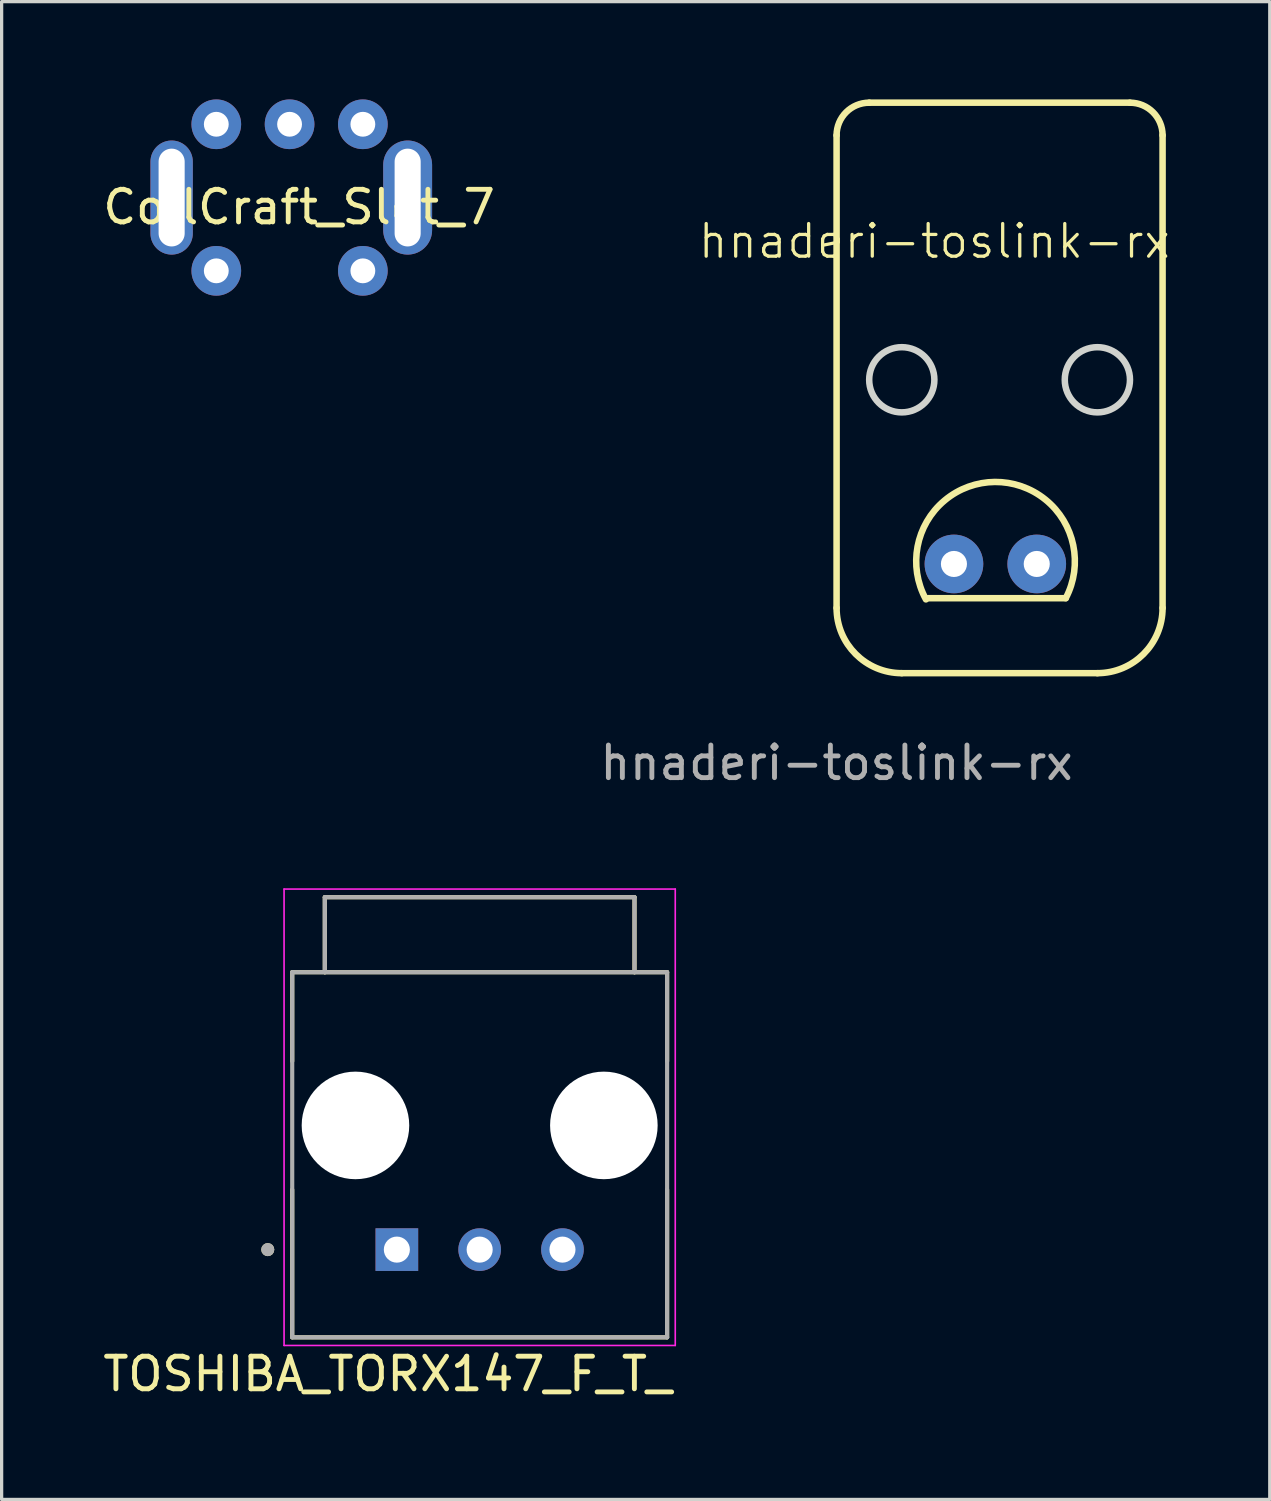
<source format=kicad_pcb>
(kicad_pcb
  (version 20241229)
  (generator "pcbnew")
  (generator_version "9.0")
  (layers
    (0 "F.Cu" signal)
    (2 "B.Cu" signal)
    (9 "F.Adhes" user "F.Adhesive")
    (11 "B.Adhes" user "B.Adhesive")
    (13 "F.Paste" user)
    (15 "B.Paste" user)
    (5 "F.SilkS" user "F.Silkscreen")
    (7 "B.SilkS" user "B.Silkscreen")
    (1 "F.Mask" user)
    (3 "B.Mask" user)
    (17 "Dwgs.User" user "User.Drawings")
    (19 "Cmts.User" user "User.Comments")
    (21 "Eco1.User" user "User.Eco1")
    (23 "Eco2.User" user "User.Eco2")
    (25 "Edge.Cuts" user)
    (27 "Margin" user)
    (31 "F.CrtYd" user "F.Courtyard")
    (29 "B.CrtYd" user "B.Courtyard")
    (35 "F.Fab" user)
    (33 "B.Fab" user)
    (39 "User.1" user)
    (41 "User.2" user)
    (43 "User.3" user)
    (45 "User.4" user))
  (footprint "hnaderi-toslink-rx"
    (layer "F.Cu")
    (at 22.613 17.85)
    (property "Reference" "hnaderi-toslink-rx" (at 3 -13.5 0) (unlocked yes) (layer "F.SilkS") (effects (font (size 1 1) (thickness 0.1))))
    (attr through_hole)
    (fp_line (start 0 -16.75) (end 0 -2.25) (stroke (width 0.2) (type default)) (layer "F.SilkS"))
    (fp_line (start 1 -17.75) (end 9 -17.75) (stroke (width 0.2) (type default)) (layer "F.SilkS"))
    (fp_line (start 2 -0.25) (end 8 -0.25) (stroke (width 0.2) (type default)) (layer "F.SilkS"))
    (fp_line (start 2.807 -2.55) (end 7.03 -2.55) (stroke (width 0.2) (type default)) (layer "F.SilkS"))
    (fp_line (start 10 -16.75) (end 10 -2.25) (stroke (width 0.2) (type default)) (layer "F.SilkS"))
    (fp_arc (start 0 -16.750001) (mid 0.292893 -17.457107) (end 0.999999 -17.75) (stroke (width 0.2) (type default)) (layer "F.SilkS"))
    (fp_arc (start 2 -0.25) (mid 0.585786 -0.835786) (end 0 -2.249999) (stroke (width 0.2) (type default)) (layer "F.SilkS"))
    (fp_arc (start 2.740728 -2.513832) (mid 4.855343 -6.11583) (end 7.030393 -2.55) (stroke (width 0.2) (type default)) (layer "F.SilkS"))
    (fp_arc (start 9 -17.75) (mid 9.707107 -17.457107) (end 10 -16.75) (stroke (width 0.2) (type default)) (layer "F.SilkS"))
    (fp_arc (start 10 -2.25) (mid 9.414214 -0.835786) (end 8 -0.25) (stroke (width 0.2) (type default)) (layer "F.SilkS"))
    (fp_circle (center 2 -9.25) (end 3 -9.25) (stroke (width 0.2) (type solid)) (fill no) (layer "Edge.Cuts"))
    (fp_circle (center 8 -9.25) (end 9 -9.25) (stroke (width 0.2) (type solid)) (fill no) (layer "Edge.Cuts"))
    (fp_text user "${REFERENCE}" (at 0 2.5 0) (unlocked yes) (layer "F.Fab") (effects (font (size 1 1) (thickness 0.15))))
    (pad "1" thru_hole circle (at 3.6 -3.6) (size 1.8 1.8) (drill 0.8) (layers "*.Cu" "*.Mask"))
    (pad "2" thru_hole circle (at 6.14 -3.6) (size 1.8 1.8) (drill 0.8) (layers "*.Cu" "*.Mask")))
  (footprint "TOSHIBA_TORX147_F_T_"
    (layer "F.Cu")
    (at 11.664 31.473)
    (property "Reference" "TOSHIBA_TORX147_F_T_" (at -2.825 7.625 0) (layer "F.SilkS") (effects (font (size 1 1) (thickness 0.15))))
    (attr through_hole)
    (fp_line (start -5.75 -1.97) (end -5.75 -4.7) (stroke (width 0.127) (type solid)) (layer "F.SilkS"))
    (fp_line (start -5.75 6.5) (end -5.75 1.97) (stroke (width 0.127) (type solid)) (layer "F.SilkS"))
    (fp_line (start -4.75 -7) (end -4.75 -4.7) (stroke (width 0.127) (type solid)) (layer "F.SilkS"))
    (fp_line (start -4.75 -7) (end 4.75 -7) (stroke (width 0.127) (type solid)) (layer "F.SilkS"))
    (fp_line (start -4.75 -4.7) (end -5.75 -4.7) (stroke (width 0.127) (type solid)) (layer "F.SilkS"))
    (fp_line (start 4.75 -7) (end 4.75 -4.7) (stroke (width 0.127) (type solid)) (layer "F.SilkS"))
    (fp_line (start 4.75 -4.7) (end -4.75 -4.7) (stroke (width 0.127) (type solid)) (layer "F.SilkS"))
    (fp_line (start 5.75 -4.7) (end 4.75 -4.7) (stroke (width 0.127) (type solid)) (layer "F.SilkS"))
    (fp_line (start 5.75 -1.97) (end 5.75 -4.7) (stroke (width 0.127) (type solid)) (layer "F.SilkS"))
    (fp_line (start 5.75 6.5) (end -5.75 6.5) (stroke (width 0.127) (type solid)) (layer "F.SilkS"))
    (fp_line (start 5.75 6.5) (end 5.75 1.97) (stroke (width 0.127) (type solid)) (layer "F.SilkS"))
    (fp_circle (center -6.5 3.81) (end -6.4 3.81) (stroke (width 0.2) (type solid)) (fill no) (layer "F.SilkS"))
    (fp_line (start -6 -7.25) (end -6 6.75) (stroke (width 0.05) (type solid)) (layer "F.CrtYd"))
    (fp_line (start -6 6.75) (end 6 6.75) (stroke (width 0.05) (type solid)) (layer "F.CrtYd"))
    (fp_line (start 6 -7.25) (end -6 -7.25) (stroke (width 0.05) (type solid)) (layer "F.CrtYd"))
    (fp_line (start 6 6.75) (end 6 -7.25) (stroke (width 0.05) (type solid)) (layer "F.CrtYd"))
    (fp_line (start -5.75 6.5) (end -5.75 -4.7) (stroke (width 0.127) (type solid)) (layer "F.Fab"))
    (fp_line (start -4.75 -7) (end -4.75 -4.7) (stroke (width 0.127) (type solid)) (layer "F.Fab"))
    (fp_line (start -4.75 -7) (end 4.75 -7) (stroke (width 0.127) (type solid)) (layer "F.Fab"))
    (fp_line (start -4.75 -4.7) (end -5.75 -4.7) (stroke (width 0.127) (type solid)) (layer "F.Fab"))
    (fp_line (start 4.75 -7) (end 4.75 -4.7) (stroke (width 0.127) (type solid)) (layer "F.Fab"))
    (fp_line (start 4.75 -4.7) (end -4.75 -4.7) (stroke (width 0.127) (type solid)) (layer "F.Fab"))
    (fp_line (start 5.75 -4.7) (end 4.75 -4.7) (stroke (width 0.127) (type solid)) (layer "F.Fab"))
    (fp_line (start 5.75 6.5) (end -5.75 6.5) (stroke (width 0.127) (type solid)) (layer "F.Fab"))
    (fp_line (start 5.75 6.5) (end 5.75 -4.7) (stroke (width 0.127) (type solid)) (layer "F.Fab"))
    (fp_circle (center -6.5 3.81) (end -6.4 3.81) (stroke (width 0.2) (type solid)) (fill no) (layer "F.Fab"))
    (pad "" np_thru_hole circle (at -3.81 0) (size 3.3 3.3) (drill 3.3) (layers "*.Cu" "*.Mask"))
    (pad "" np_thru_hole circle (at 3.81 0) (size 3.3 3.3) (drill 3.3) (layers "*.Cu" "*.Mask"))
    (pad "1" thru_hole rect (at -2.54 3.81) (size 1.308 1.308) (drill 0.8) (layers "*.Cu" "*.Mask"))
    (pad "2" thru_hole circle (at 0 3.81) (size 1.308 1.308) (drill 0.8) (layers "*.Cu" "*.Mask"))
    (pad "3" thru_hole circle (at 2.54 3.81) (size 1.308 1.308) (drill 0.8) (layers "*.Cu" "*.Mask")))
  (footprint "CoilCraft_Slot_7"
    (layer "F.Cu")
    (at 6.125 3.302)
    (property "Reference" "CoilCraft_Slot_7" (at 0 0 0) (layer "F.SilkS") (effects (font (size 1 1) (thickness 0.15))))
    (attr through_hole)
    (pad "1" thru_hole circle (at -2.54 -2.54) (size 1.524 1.524) (drill 0.762) (layers "*.Cu" "*.Mask"))
    (pad "2" thru_hole circle (at -0.292 -2.54) (size 1.524 1.524) (drill 0.762) (layers "*.Cu" "*.Mask"))
    (pad "3" thru_hole circle (at 1.956 -2.54) (size 1.524 1.524) (drill 0.762) (layers "*.Cu" "*.Mask"))
    (pad "4" thru_hole circle (at -2.54 1.956) (size 1.524 1.524) (drill 0.762) (layers "*.Cu" "*.Mask"))
    (pad "5" thru_hole circle (at 1.956 1.956) (size 1.524 1.524) (drill 0.762) (layers "*.Cu" "*.Mask"))
    (pad "6" thru_hole oval (at -3.91 -0.292) (size 1.3 3.5) (drill oval 0.8 3) (layers "*.Cu" "*.Mask"))
    (pad "7" thru_hole oval (at 3.33 -0.292) (size 1.5 3.5) (drill oval 0.8 3) (layers "*.Cu" "*.Mask")))
  (gr_rect
    (start -3 -3)
    (end 35.901 42.947)
    (stroke (width 0.1) (type default))
    (fill no)
    (layer "Edge.Cuts")))
</source>
